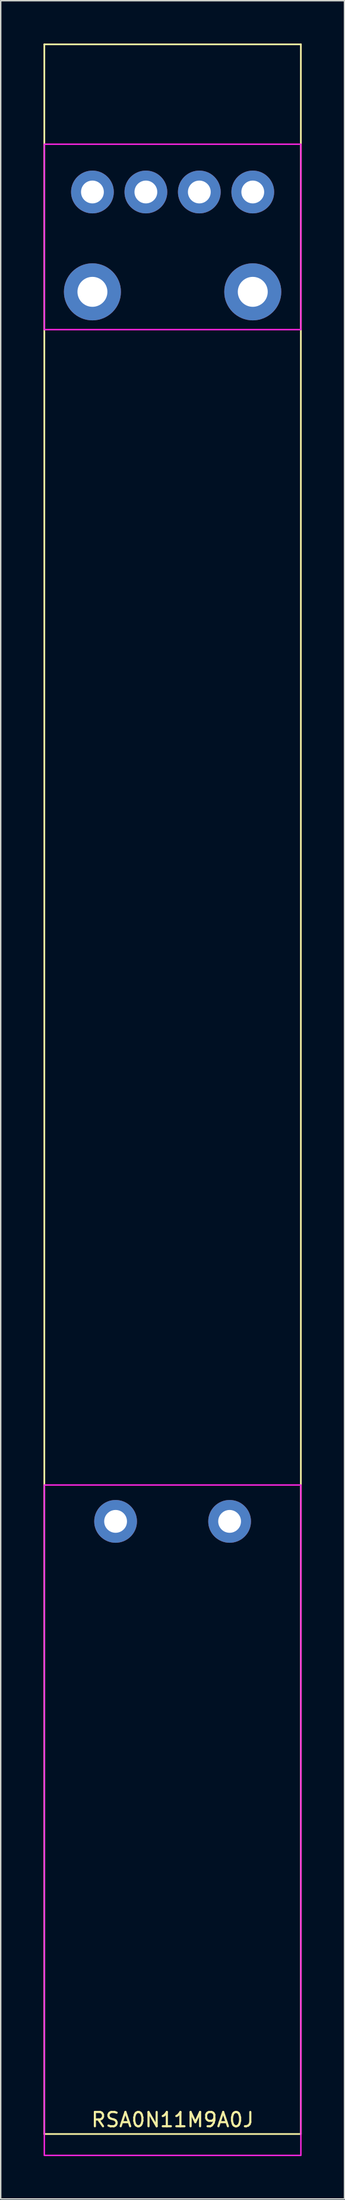
<source format=kicad_pcb>
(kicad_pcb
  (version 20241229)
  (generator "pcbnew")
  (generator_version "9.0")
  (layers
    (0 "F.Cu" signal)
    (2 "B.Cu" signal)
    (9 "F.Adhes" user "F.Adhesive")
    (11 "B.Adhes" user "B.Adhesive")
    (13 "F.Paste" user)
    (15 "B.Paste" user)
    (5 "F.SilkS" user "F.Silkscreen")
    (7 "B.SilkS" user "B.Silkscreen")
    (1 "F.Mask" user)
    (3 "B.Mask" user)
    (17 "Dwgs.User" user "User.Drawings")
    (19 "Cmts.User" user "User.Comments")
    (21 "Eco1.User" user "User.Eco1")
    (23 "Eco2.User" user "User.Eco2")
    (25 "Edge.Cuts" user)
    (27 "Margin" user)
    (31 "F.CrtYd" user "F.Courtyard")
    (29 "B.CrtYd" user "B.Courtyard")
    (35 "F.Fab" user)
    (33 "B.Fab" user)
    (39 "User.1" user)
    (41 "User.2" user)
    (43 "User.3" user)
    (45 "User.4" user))
  (footprint "RSA0N11M9A0J"
    (layer "F.Cu")
    (at 9.06 74.06)
    (property "Reference" "RSA0N11M9A0J" (at 0 71.5 0) (layer "F.SilkS") (effects (font (size 1 1) (thickness 0.15))))
    (attr through_hole)
    (fp_line (start -9 -74) (end 9 -74) (stroke (width 0.12) (type solid)) (layer "F.SilkS"))
    (fp_line (start -9 72.5) (end -9 -74) (stroke (width 0.12) (type solid)) (layer "F.SilkS"))
    (fp_line (start 9 -74) (end 9 72.5) (stroke (width 0.12) (type solid)) (layer "F.SilkS"))
    (fp_line (start 9 72.5) (end -9 72.5) (stroke (width 0.12) (type solid)) (layer "F.SilkS"))
    (fp_poly (pts (xy 9 -54) (xy -9 -54) (xy -9 -67) (xy 9 -67)) (stroke (width 0.1) (type solid)) (fill no) (layer "F.CrtYd"))
    (fp_poly (pts (xy 9 74) (xy -9 74) (xy -9 27) (xy 9 27)) (stroke (width 0.1) (type solid)) (fill no) (layer "F.CrtYd"))
    (pad "1" thru_hole circle (at 5.625 -63.65) (size 3 3) (drill 1.6) (layers "*.Cu" "*.Mask"))
    (pad "2" thru_hole circle (at -5.625 -63.65) (size 3 3) (drill 1.6) (layers "*.Cu" "*.Mask"))
    (pad "3" thru_hole circle (at -1.875 -63.65) (size 3 3) (drill 1.6) (layers "*.Cu" "*.Mask"))
    (pad "A" thru_hole circle (at 4 29.55) (size 3 3) (drill 1.6) (layers "*.Cu" "*.Mask"))
    (pad "B" thru_hole circle (at -4 29.55) (size 3 3) (drill 1.6) (layers "*.Cu" "*.Mask"))
    (pad "L" thru_hole circle (at -5.625 -56.65) (size 4 4) (drill 2.1) (layers "*.Cu" "*.Mask"))
    (pad "L" thru_hole circle (at 5.625 -56.65) (size 4 4) (drill 2.1) (layers "*.Cu" "*.Mask"))
    (pad "T" thru_hole circle (at 1.875 -63.65) (size 3 3) (drill 1.6) (layers "*.Cu" "*.Mask")))
  (gr_rect
    (start -3 -3)
    (end 21.12 151.11)
    (stroke (width 0.1) (type default))
    (fill no)
    (layer "Edge.Cuts")))
</source>
